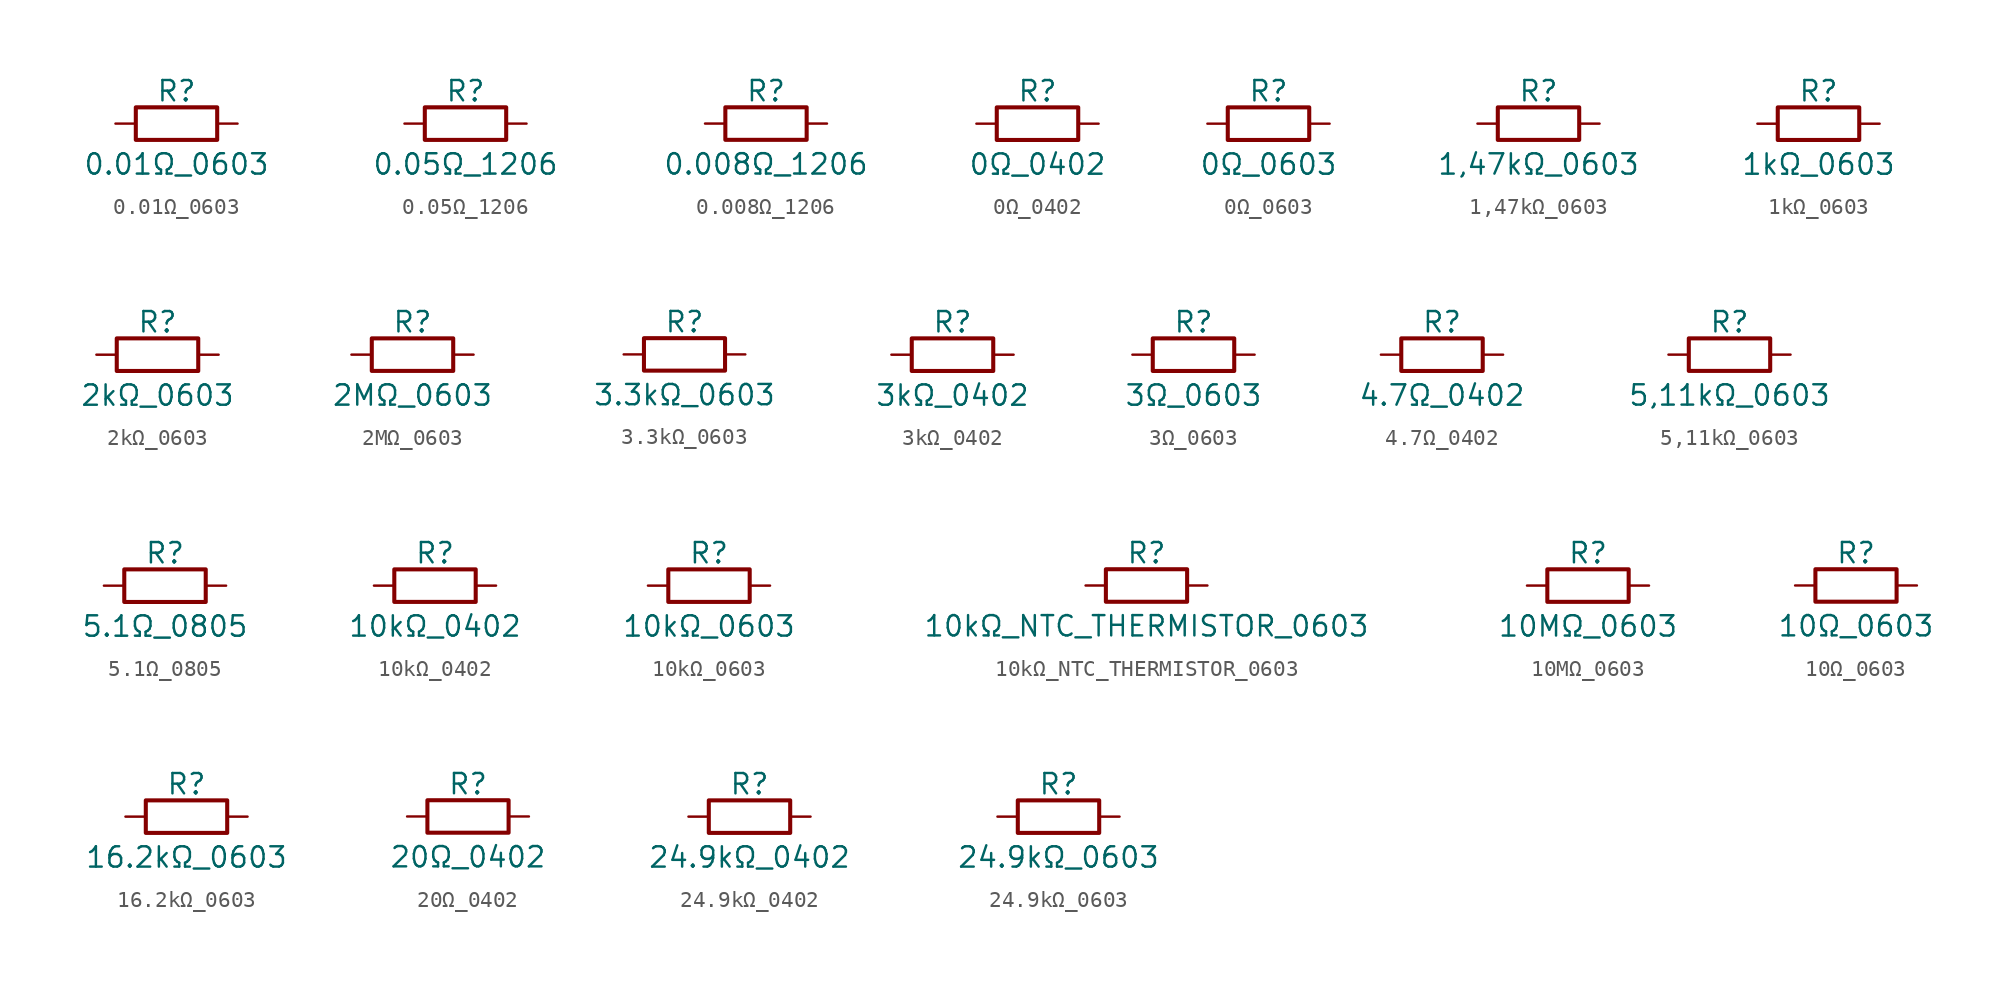
<source format=kicad_sym>
(kicad_symbol_lib
  (version 20220914)
  (generator kicad_symbol_editor)
  (symbol "0.01Ω_0603"
    (pin_numbers hide)
    (pin_names
      (offset 0))
    (property "Reference" "R"
      (at 0 2.032 0)
      (effects (font (size 1.27 1.27))))
    (property "Value" "0.01Ω_0603"
      (at 0 -2.54 0)
      (effects (font (size 1.27 1.27))))
    (symbol "0.01Ω_0603_0_1"
      (rectangle (start 2.54 -1.016) (end -2.54 1.016) (stroke (width 0.254) (type default)) (fill (type none))))
    (symbol "0.01Ω_0603_1_1"
      (pin passive line (at -3.81 0 0) (length 1.27) (name "~" (effects (font (size 1.27 1.27)))) (number "1" (effects (font (size 1.27 1.27)))))
      (pin passive line (at 3.81 0 180) (length 1.27) (name "~" (effects (font (size 1.27 1.27)))) (number "2" (effects (font (size 1.27 1.27)))))))
  (symbol "0.05Ω_1206"
    (pin_numbers hide)
    (pin_names
      (offset 0))
    (property "Reference" "R"
      (at 0 2.032 0)
      (effects (font (size 1.27 1.27))))
    (property "Value" "0.05Ω_1206"
      (at 0 -2.54 0)
      (effects (font (size 1.27 1.27))))
    (symbol "0.05Ω_1206_0_1"
      (rectangle (start 2.54 -1.016) (end -2.54 1.016) (stroke (width 0.254) (type default)) (fill (type none))))
    (symbol "0.05Ω_1206_1_1"
      (pin passive line (at -3.81 0 0) (length 1.27) (name "~" (effects (font (size 1.27 1.27)))) (number "1" (effects (font (size 1.27 1.27)))))
      (pin passive line (at 3.81 0 180) (length 1.27) (name "~" (effects (font (size 1.27 1.27)))) (number "2" (effects (font (size 1.27 1.27)))))))
  (symbol "0.008Ω_1206"
    (pin_numbers hide)
    (pin_names
      (offset 0))
    (property "Reference" "R"
      (at 0 2.032 0)
      (effects (font (size 1.27 1.27))))
    (property "Value" "0.008Ω_1206"
      (at 0 -2.54 0)
      (effects (font (size 1.27 1.27))))
    (symbol "0.008Ω_1206_0_1"
      (rectangle (start 2.54 -1.016) (end -2.54 1.016) (stroke (width 0.254) (type default)) (fill (type none))))
    (symbol "0.008Ω_1206_1_1"
      (pin passive line (at -3.81 0 0) (length 1.27) (name "~" (effects (font (size 1.27 1.27)))) (number "1" (effects (font (size 1.27 1.27)))))
      (pin passive line (at 3.81 0 180) (length 1.27) (name "~" (effects (font (size 1.27 1.27)))) (number "2" (effects (font (size 1.27 1.27)))))))
  (symbol "0Ω_0402"
    (pin_numbers hide)
    (pin_names
      (offset 0))
    (property "Reference" "R"
      (at 0 2.032 0)
      (effects (font (size 1.27 1.27))))
    (property "Value" "0Ω_0402"
      (at 0 -2.54 0)
      (effects (font (size 1.27 1.27))))
    (symbol "0Ω_0402_0_1"
      (rectangle (start 2.54 -1.016) (end -2.54 1.016) (stroke (width 0.254) (type default)) (fill (type none))))
    (symbol "0Ω_0402_1_1"
      (pin passive line (at -3.81 0 0) (length 1.27) (name "~" (effects (font (size 1.27 1.27)))) (number "1" (effects (font (size 1.27 1.27)))))
      (pin passive line (at 3.81 0 180) (length 1.27) (name "~" (effects (font (size 1.27 1.27)))) (number "2" (effects (font (size 1.27 1.27)))))))
  (symbol "0Ω_0603"
    (pin_numbers hide)
    (pin_names
      (offset 0))
    (property "Reference" "R"
      (at 0 2.032 0)
      (effects (font (size 1.27 1.27))))
    (property "Value" "0Ω_0603"
      (at 0 -2.54 0)
      (effects (font (size 1.27 1.27))))
    (symbol "0Ω_0603_0_1"
      (rectangle (start 2.54 -1.016) (end -2.54 1.016) (stroke (width 0.254) (type default)) (fill (type none))))
    (symbol "0Ω_0603_1_1"
      (pin passive line (at -3.81 0 0) (length 1.27) (name "~" (effects (font (size 1.27 1.27)))) (number "1" (effects (font (size 1.27 1.27)))))
      (pin passive line (at 3.81 0 180) (length 1.27) (name "~" (effects (font (size 1.27 1.27)))) (number "2" (effects (font (size 1.27 1.27)))))))
  (symbol "1,47kΩ_0603"
    (pin_numbers hide)
    (pin_names
      (offset 0))
    (property "Reference" "R"
      (at 0 2.032 0)
      (effects (font (size 1.27 1.27))))
    (property "Value" "1,47kΩ_0603"
      (at 0 -2.54 0)
      (effects (font (size 1.27 1.27))))
    (symbol "1,47kΩ_0603_0_1"
      (rectangle (start 2.54 -1.016) (end -2.54 1.016) (stroke (width 0.254) (type default)) (fill (type none))))
    (symbol "1,47kΩ_0603_1_1"
      (pin passive line (at -3.81 0 0) (length 1.27) (name "~" (effects (font (size 1.27 1.27)))) (number "1" (effects (font (size 1.27 1.27)))))
      (pin passive line (at 3.81 0 180) (length 1.27) (name "~" (effects (font (size 1.27 1.27)))) (number "2" (effects (font (size 1.27 1.27)))))))
  (symbol "1kΩ_0603"
    (pin_numbers hide)
    (pin_names
      (offset 0))
    (property "Reference" "R"
      (at 0 2.032 0)
      (effects (font (size 1.27 1.27))))
    (property "Value" "1kΩ_0603"
      (at 0 -2.54 0)
      (effects (font (size 1.27 1.27))))
    (symbol "1kΩ_0603_0_1"
      (rectangle (start 2.54 -1.016) (end -2.54 1.016) (stroke (width 0.254) (type default)) (fill (type none))))
    (symbol "1kΩ_0603_1_1"
      (pin passive line (at -3.81 0 0) (length 1.27) (name "~" (effects (font (size 1.27 1.27)))) (number "1" (effects (font (size 1.27 1.27)))))
      (pin passive line (at 3.81 0 180) (length 1.27) (name "~" (effects (font (size 1.27 1.27)))) (number "2" (effects (font (size 1.27 1.27)))))))
  (symbol "2kΩ_0603"
    (pin_numbers hide)
    (pin_names
      (offset 0))
    (property "Reference" "R"
      (at 0 2.032 0)
      (effects (font (size 1.27 1.27))))
    (property "Value" "2kΩ_0603"
      (at 0 -2.54 0)
      (effects (font (size 1.27 1.27))))
    (symbol "2kΩ_0603_0_1"
      (rectangle (start 2.54 -1.016) (end -2.54 1.016) (stroke (width 0.254) (type default)) (fill (type none))))
    (symbol "2kΩ_0603_1_1"
      (pin passive line (at -3.81 0 0) (length 1.27) (name "~" (effects (font (size 1.27 1.27)))) (number "1" (effects (font (size 1.27 1.27)))))
      (pin passive line (at 3.81 0 180) (length 1.27) (name "~" (effects (font (size 1.27 1.27)))) (number "2" (effects (font (size 1.27 1.27)))))))
  (symbol "2MΩ_0603"
    (pin_numbers hide)
    (pin_names
      (offset 0))
    (property "Reference" "R"
      (at 0 2.032 0)
      (effects (font (size 1.27 1.27))))
    (property "Value" "2MΩ_0603"
      (at 0 -2.54 0)
      (effects (font (size 1.27 1.27))))
    (symbol "2MΩ_0603_0_1"
      (rectangle (start 2.54 -1.016) (end -2.54 1.016) (stroke (width 0.254) (type default)) (fill (type none))))
    (symbol "2MΩ_0603_1_1"
      (pin passive line (at -3.81 0 0) (length 1.27) (name "~" (effects (font (size 1.27 1.27)))) (number "1" (effects (font (size 1.27 1.27)))))
      (pin passive line (at 3.81 0 180) (length 1.27) (name "~" (effects (font (size 1.27 1.27)))) (number "2" (effects (font (size 1.27 1.27)))))))
  (symbol "3.3kΩ_0603"
    (pin_numbers hide)
    (pin_names
      (offset 0))
    (property "Reference" "R"
      (at 0 2.032 0)
      (effects (font (size 1.27 1.27))))
    (property "Value" "3.3kΩ_0603"
      (at 0 -2.54 0)
      (effects (font (size 1.27 1.27))))
    (symbol "3.3kΩ_0603_0_1"
      (rectangle (start 2.54 -1.016) (end -2.54 1.016) (stroke (width 0.254) (type default)) (fill (type none))))
    (symbol "3.3kΩ_0603_1_1"
      (pin passive line (at -3.81 0 0) (length 1.27) (name "~" (effects (font (size 1.27 1.27)))) (number "1" (effects (font (size 1.27 1.27)))))
      (pin passive line (at 3.81 0 180) (length 1.27) (name "~" (effects (font (size 1.27 1.27)))) (number "2" (effects (font (size 1.27 1.27)))))))
  (symbol "3kΩ_0402"
    (pin_numbers hide)
    (pin_names
      (offset 0))
    (property "Reference" "R"
      (at 0 2.032 0)
      (effects (font (size 1.27 1.27))))
    (property "Value" "3kΩ_0402"
      (at 0 -2.54 0)
      (effects (font (size 1.27 1.27))))
    (symbol "3kΩ_0402_0_1"
      (rectangle (start 2.54 -1.016) (end -2.54 1.016) (stroke (width 0.254) (type default)) (fill (type none))))
    (symbol "3kΩ_0402_1_1"
      (pin passive line (at -3.81 0 0) (length 1.27) (name "~" (effects (font (size 1.27 1.27)))) (number "1" (effects (font (size 1.27 1.27)))))
      (pin passive line (at 3.81 0 180) (length 1.27) (name "~" (effects (font (size 1.27 1.27)))) (number "2" (effects (font (size 1.27 1.27)))))))
  (symbol "3Ω_0603"
    (pin_numbers hide)
    (pin_names
      (offset 0))
    (property "Reference" "R"
      (at 0 2.032 0)
      (effects (font (size 1.27 1.27))))
    (property "Value" "3Ω_0603"
      (at 0 -2.54 0)
      (effects (font (size 1.27 1.27))))
    (symbol "3Ω_0603_0_1"
      (rectangle (start 2.54 -1.016) (end -2.54 1.016) (stroke (width 0.254) (type default)) (fill (type none))))
    (symbol "3Ω_0603_1_1"
      (pin passive line (at -3.81 0 0) (length 1.27) (name "~" (effects (font (size 1.27 1.27)))) (number "1" (effects (font (size 1.27 1.27)))))
      (pin passive line (at 3.81 0 180) (length 1.27) (name "~" (effects (font (size 1.27 1.27)))) (number "2" (effects (font (size 1.27 1.27)))))))
  (symbol "4.7Ω_0402"
    (pin_numbers hide)
    (pin_names
      (offset 0))
    (property "Reference" "R"
      (at 0 2.032 0)
      (effects (font (size 1.27 1.27))))
    (property "Value" "4.7Ω_0402"
      (at 0 -2.54 0)
      (effects (font (size 1.27 1.27))))
    (symbol "4.7Ω_0402_0_1"
      (rectangle (start 2.54 -1.016) (end -2.54 1.016) (stroke (width 0.254) (type default)) (fill (type none))))
    (symbol "4.7Ω_0402_1_1"
      (pin passive line (at -3.81 0 0) (length 1.27) (name "~" (effects (font (size 1.27 1.27)))) (number "1" (effects (font (size 1.27 1.27)))))
      (pin passive line (at 3.81 0 180) (length 1.27) (name "~" (effects (font (size 1.27 1.27)))) (number "2" (effects (font (size 1.27 1.27)))))))
  (symbol "5,11kΩ_0603"
    (pin_numbers hide)
    (pin_names
      (offset 0))
    (property "Reference" "R"
      (at 0 2.032 0)
      (effects (font (size 1.27 1.27))))
    (property "Value" "5,11kΩ_0603"
      (at 0 -2.54 0)
      (effects (font (size 1.27 1.27))))
    (symbol "5,11kΩ_0603_0_1"
      (rectangle (start 2.54 -1.016) (end -2.54 1.016) (stroke (width 0.254) (type default)) (fill (type none))))
    (symbol "5,11kΩ_0603_1_1"
      (pin passive line (at -3.81 0 0) (length 1.27) (name "~" (effects (font (size 1.27 1.27)))) (number "1" (effects (font (size 1.27 1.27)))))
      (pin passive line (at 3.81 0 180) (length 1.27) (name "~" (effects (font (size 1.27 1.27)))) (number "2" (effects (font (size 1.27 1.27)))))))
  (symbol "5.1Ω_0805"
    (pin_numbers hide)
    (pin_names
      (offset 0))
    (property "Reference" "R"
      (at 0 2.032 0)
      (effects (font (size 1.27 1.27))))
    (property "Value" "5.1Ω_0805"
      (at 0 -2.54 0)
      (effects (font (size 1.27 1.27))))
    (symbol "5.1Ω_0805_0_1"
      (rectangle (start 2.54 -1.016) (end -2.54 1.016) (stroke (width 0.254) (type default)) (fill (type none))))
    (symbol "5.1Ω_0805_1_1"
      (pin passive line (at -3.81 0 0) (length 1.27) (name "~" (effects (font (size 1.27 1.27)))) (number "1" (effects (font (size 1.27 1.27)))))
      (pin passive line (at 3.81 0 180) (length 1.27) (name "~" (effects (font (size 1.27 1.27)))) (number "2" (effects (font (size 1.27 1.27)))))))
  (symbol "10kΩ_0402"
    (pin_numbers hide)
    (pin_names
      (offset 0))
    (property "Reference" "R"
      (at 0 2.032 0)
      (effects (font (size 1.27 1.27))))
    (property "Value" "10kΩ_0402"
      (at 0 -2.54 0)
      (effects (font (size 1.27 1.27))))
    (symbol "10kΩ_0402_0_1"
      (rectangle (start 2.54 -1.016) (end -2.54 1.016) (stroke (width 0.254) (type default)) (fill (type none))))
    (symbol "10kΩ_0402_1_1"
      (pin passive line (at -3.81 0 0) (length 1.27) (name "~" (effects (font (size 1.27 1.27)))) (number "1" (effects (font (size 1.27 1.27)))))
      (pin passive line (at 3.81 0 180) (length 1.27) (name "~" (effects (font (size 1.27 1.27)))) (number "2" (effects (font (size 1.27 1.27)))))))
  (symbol "10kΩ_0603"
    (pin_numbers hide)
    (pin_names
      (offset 0))
    (property "Reference" "R"
      (at 0 2.032 0)
      (effects (font (size 1.27 1.27))))
    (property "Value" "10kΩ_0603"
      (at 0 -2.54 0)
      (effects (font (size 1.27 1.27))))
    (symbol "10kΩ_0603_0_1"
      (rectangle (start 2.54 -1.016) (end -2.54 1.016) (stroke (width 0.254) (type default)) (fill (type none))))
    (symbol "10kΩ_0603_1_1"
      (pin passive line (at -3.81 0 0) (length 1.27) (name "~" (effects (font (size 1.27 1.27)))) (number "1" (effects (font (size 1.27 1.27)))))
      (pin passive line (at 3.81 0 180) (length 1.27) (name "~" (effects (font (size 1.27 1.27)))) (number "2" (effects (font (size 1.27 1.27)))))))
  (symbol "10kΩ_NTC_THERMISTOR_0603"
    (pin_numbers hide)
    (pin_names
      (offset 0))
    (property "Reference" "R"
      (at 0 2.032 0)
      (effects (font (size 1.27 1.27))))
    (property "Value" "10kΩ_NTC_THERMISTOR_0603"
      (at 0 -2.54 0)
      (effects (font (size 1.27 1.27))))
    (symbol "10kΩ_NTC_THERMISTOR_0603_0_1"
      (rectangle (start 2.54 -1.016) (end -2.54 1.016) (stroke (width 0.254) (type default)) (fill (type none))))
    (symbol "10kΩ_NTC_THERMISTOR_0603_1_1"
      (pin passive line (at -3.81 0 0) (length 1.27) (name "~" (effects (font (size 1.27 1.27)))) (number "1" (effects (font (size 1.27 1.27)))))
      (pin passive line (at 3.81 0 180) (length 1.27) (name "~" (effects (font (size 1.27 1.27)))) (number "2" (effects (font (size 1.27 1.27)))))))
  (symbol "10MΩ_0603"
    (pin_numbers hide)
    (pin_names
      (offset 0))
    (property "Reference" "R"
      (at 0 2.032 0)
      (effects (font (size 1.27 1.27))))
    (property "Value" "10MΩ_0603"
      (at 0 -2.54 0)
      (effects (font (size 1.27 1.27))))
    (symbol "10MΩ_0603_0_1"
      (rectangle (start 2.54 -1.016) (end -2.54 1.016) (stroke (width 0.254) (type default)) (fill (type none))))
    (symbol "10MΩ_0603_1_1"
      (pin passive line (at -3.81 0 0) (length 1.27) (name "~" (effects (font (size 1.27 1.27)))) (number "1" (effects (font (size 1.27 1.27)))))
      (pin passive line (at 3.81 0 180) (length 1.27) (name "~" (effects (font (size 1.27 1.27)))) (number "2" (effects (font (size 1.27 1.27)))))))
  (symbol "10Ω_0603"
    (pin_numbers hide)
    (pin_names
      (offset 0))
    (property "Reference" "R"
      (at 0 2.032 0)
      (effects (font (size 1.27 1.27))))
    (property "Value" "10Ω_0603"
      (at 0 -2.54 0)
      (effects (font (size 1.27 1.27))))
    (symbol "10Ω_0603_0_1"
      (rectangle (start 2.54 -1.016) (end -2.54 1.016) (stroke (width 0.254) (type default)) (fill (type none))))
    (symbol "10Ω_0603_1_1"
      (pin passive line (at -3.81 0 0) (length 1.27) (name "~" (effects (font (size 1.27 1.27)))) (number "1" (effects (font (size 1.27 1.27)))))
      (pin passive line (at 3.81 0 180) (length 1.27) (name "~" (effects (font (size 1.27 1.27)))) (number "2" (effects (font (size 1.27 1.27)))))))
  (symbol "16.2kΩ_0603"
    (pin_numbers hide)
    (pin_names
      (offset 0))
    (property "Reference" "R"
      (at 0 2.032 0)
      (effects (font (size 1.27 1.27))))
    (property "Value" "16.2kΩ_0603"
      (at 0 -2.54 0)
      (effects (font (size 1.27 1.27))))
    (symbol "16.2kΩ_0603_0_1"
      (rectangle (start 2.54 -1.016) (end -2.54 1.016) (stroke (width 0.254) (type default)) (fill (type none))))
    (symbol "16.2kΩ_0603_1_1"
      (pin passive line (at -3.81 0 0) (length 1.27) (name "~" (effects (font (size 1.27 1.27)))) (number "1" (effects (font (size 1.27 1.27)))))
      (pin passive line (at 3.81 0 180) (length 1.27) (name "~" (effects (font (size 1.27 1.27)))) (number "2" (effects (font (size 1.27 1.27)))))))
  (symbol "20Ω_0402"
    (pin_numbers hide)
    (pin_names
      (offset 0))
    (property "Reference" "R"
      (at 0 2.032 0)
      (effects (font (size 1.27 1.27))))
    (property "Value" "20Ω_0402"
      (at 0 -2.54 0)
      (effects (font (size 1.27 1.27))))
    (symbol "20Ω_0402_0_1"
      (rectangle (start 2.54 -1.016) (end -2.54 1.016) (stroke (width 0.254) (type default)) (fill (type none))))
    (symbol "20Ω_0402_1_1"
      (pin passive line (at -3.81 0 0) (length 1.27) (name "~" (effects (font (size 1.27 1.27)))) (number "1" (effects (font (size 1.27 1.27)))))
      (pin passive line (at 3.81 0 180) (length 1.27) (name "~" (effects (font (size 1.27 1.27)))) (number "2" (effects (font (size 1.27 1.27)))))))
  (symbol "24.9kΩ_0402"
    (pin_numbers hide)
    (pin_names
      (offset 0))
    (property "Reference" "R"
      (at 0 2.032 0)
      (effects (font (size 1.27 1.27))))
    (property "Value" "24.9kΩ_0402"
      (at 0 -2.54 0)
      (effects (font (size 1.27 1.27))))
    (symbol "24.9kΩ_0402_0_1"
      (rectangle (start 2.54 -1.016) (end -2.54 1.016) (stroke (width 0.254) (type default)) (fill (type none))))
    (symbol "24.9kΩ_0402_1_1"
      (pin passive line (at -3.81 0 0) (length 1.27) (name "~" (effects (font (size 1.27 1.27)))) (number "1" (effects (font (size 1.27 1.27)))))
      (pin passive line (at 3.81 0 180) (length 1.27) (name "~" (effects (font (size 1.27 1.27)))) (number "2" (effects (font (size 1.27 1.27)))))))
  (symbol "24.9kΩ_0603"
    (pin_numbers hide)
    (pin_names
      (offset 0))
    (property "Reference" "R"
      (at 0 2.032 0)
      (effects (font (size 1.27 1.27))))
    (property "Value" "24.9kΩ_0603"
      (at 0 -2.54 0)
      (effects (font (size 1.27 1.27))))
    (symbol "24.9kΩ_0603_0_1"
      (rectangle (start 2.54 -1.016) (end -2.54 1.016) (stroke (width 0.254) (type default)) (fill (type none))))
    (symbol "24.9kΩ_0603_1_1"
      (pin passive line (at -3.81 0 0) (length 1.27) (name "~" (effects (font (size 1.27 1.27)))) (number "1" (effects (font (size 1.27 1.27)))))
      (pin passive line (at 3.81 0 180) (length 1.27) (name "~" (effects (font (size 1.27 1.27)))) (number "2" (effects (font (size 1.27 1.27))))))))
</source>
